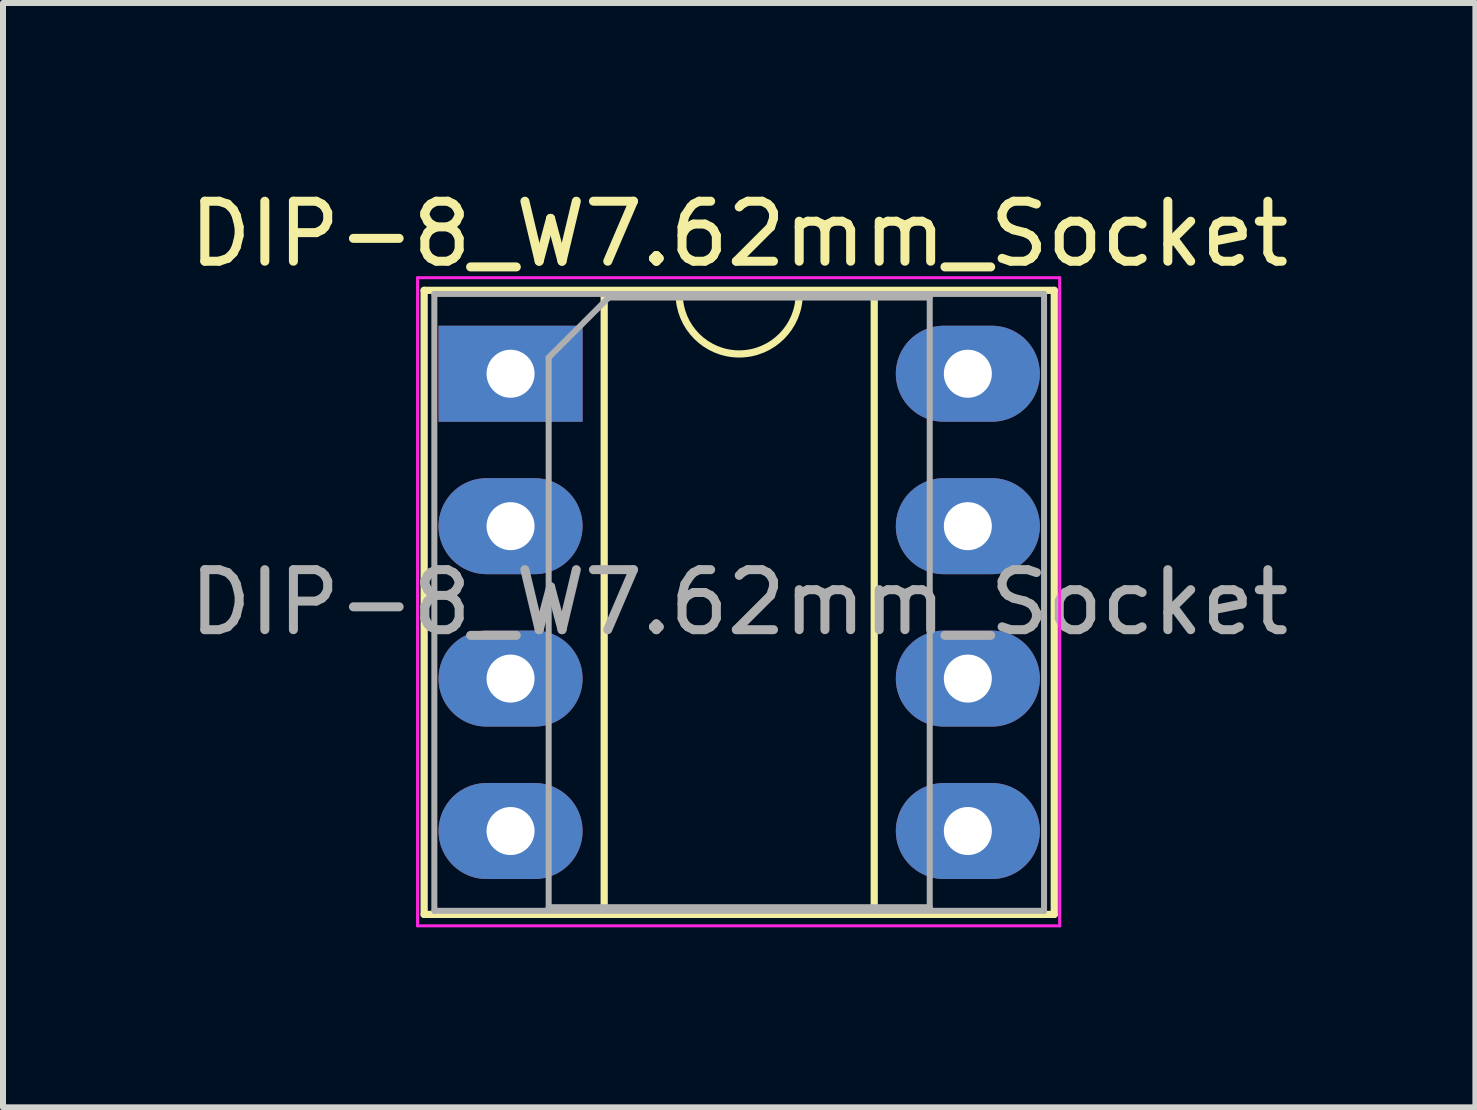
<source format=kicad_pcb>
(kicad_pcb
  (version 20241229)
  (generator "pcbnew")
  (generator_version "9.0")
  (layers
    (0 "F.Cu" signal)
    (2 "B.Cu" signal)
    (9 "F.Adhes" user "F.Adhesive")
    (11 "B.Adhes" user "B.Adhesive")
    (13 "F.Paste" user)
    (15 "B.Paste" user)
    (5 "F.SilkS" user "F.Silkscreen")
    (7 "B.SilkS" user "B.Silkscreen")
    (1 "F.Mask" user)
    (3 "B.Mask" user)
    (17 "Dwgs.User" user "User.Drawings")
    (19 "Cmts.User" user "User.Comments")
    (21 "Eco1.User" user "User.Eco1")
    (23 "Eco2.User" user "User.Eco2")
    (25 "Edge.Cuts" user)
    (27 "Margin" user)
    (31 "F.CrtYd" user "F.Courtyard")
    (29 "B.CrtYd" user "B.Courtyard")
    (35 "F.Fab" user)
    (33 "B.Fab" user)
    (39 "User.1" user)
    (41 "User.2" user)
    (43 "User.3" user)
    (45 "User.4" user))
  (footprint "DIP-8_W7.62mm_Socket"
    (layer "F.Cu")
    (at 5.458 3.178)
    (property "Reference" "DIP-8_W7.62mm_Socket" (at 3.81 -2.33 0) (layer "F.SilkS") (effects (font (size 1 1) (thickness 0.15))))
    (attr through_hole)
    (fp_line (start -1.44 -1.39) (end -1.44 9.01) (stroke (width 0.12) (type solid)) (layer "F.SilkS"))
    (fp_line (start -1.44 9.01) (end 9.06 9.01) (stroke (width 0.12) (type solid)) (layer "F.SilkS"))
    (fp_line (start 1.56 -1.33) (end 1.56 8.95) (stroke (width 0.12) (type solid)) (layer "F.SilkS"))
    (fp_line (start 1.56 8.95) (end 6.06 8.95) (stroke (width 0.12) (type solid)) (layer "F.SilkS"))
    (fp_line (start 2.81 -1.33) (end 1.56 -1.33) (stroke (width 0.12) (type solid)) (layer "F.SilkS"))
    (fp_line (start 6.06 -1.33) (end 4.81 -1.33) (stroke (width 0.12) (type solid)) (layer "F.SilkS"))
    (fp_line (start 6.06 8.95) (end 6.06 -1.33) (stroke (width 0.12) (type solid)) (layer "F.SilkS"))
    (fp_line (start 9.06 -1.39) (end -1.44 -1.39) (stroke (width 0.12) (type solid)) (layer "F.SilkS"))
    (fp_line (start 9.06 9.01) (end 9.06 -1.39) (stroke (width 0.12) (type solid)) (layer "F.SilkS"))
    (fp_arc (start 4.81 -1.33) (mid 3.81 -0.33) (end 2.81 -1.33) (stroke (width 0.12) (type solid)) (layer "F.SilkS"))
    (fp_line (start -1.55 -1.6) (end -1.55 9.2) (stroke (width 0.05) (type solid)) (layer "F.CrtYd"))
    (fp_line (start -1.55 9.2) (end 9.15 9.2) (stroke (width 0.05) (type solid)) (layer "F.CrtYd"))
    (fp_line (start 9.15 -1.6) (end -1.55 -1.6) (stroke (width 0.05) (type solid)) (layer "F.CrtYd"))
    (fp_line (start 9.15 9.2) (end 9.15 -1.6) (stroke (width 0.05) (type solid)) (layer "F.CrtYd"))
    (fp_line (start -1.27 -1.33) (end -1.27 8.95) (stroke (width 0.1) (type solid)) (layer "F.Fab"))
    (fp_line (start -1.27 8.95) (end 8.89 8.95) (stroke (width 0.1) (type solid)) (layer "F.Fab"))
    (fp_line (start 0.635 -0.27) (end 1.635 -1.27) (stroke (width 0.1) (type solid)) (layer "F.Fab"))
    (fp_line (start 0.635 8.89) (end 0.635 -0.27) (stroke (width 0.1) (type solid)) (layer "F.Fab"))
    (fp_line (start 1.635 -1.27) (end 6.985 -1.27) (stroke (width 0.1) (type solid)) (layer "F.Fab"))
    (fp_line (start 6.985 -1.27) (end 6.985 8.89) (stroke (width 0.1) (type solid)) (layer "F.Fab"))
    (fp_line (start 6.985 8.89) (end 0.635 8.89) (stroke (width 0.1) (type solid)) (layer "F.Fab"))
    (fp_line (start 8.89 -1.33) (end -1.27 -1.33) (stroke (width 0.1) (type solid)) (layer "F.Fab"))
    (fp_line (start 8.89 8.95) (end 8.89 -1.33) (stroke (width 0.1) (type solid)) (layer "F.Fab"))
    (fp_text user "${REFERENCE}" (at 3.81 3.81 0) (layer "F.Fab") (effects (font (size 1 1) (thickness 0.15))))
    (pad "1" thru_hole rect (at 0 0) (size 2.4 1.6) (drill 0.8) (layers "*.Cu" "*.Mask"))
    (pad "2" thru_hole oval (at 0 2.54) (size 2.4 1.6) (drill 0.8) (layers "*.Cu" "*.Mask"))
    (pad "3" thru_hole oval (at 0 5.08) (size 2.4 1.6) (drill 0.8) (layers "*.Cu" "*.Mask"))
    (pad "4" thru_hole oval (at 0 7.62) (size 2.4 1.6) (drill 0.8) (layers "*.Cu" "*.Mask"))
    (pad "5" thru_hole oval (at 7.62 7.62) (size 2.4 1.6) (drill 0.8) (layers "*.Cu" "*.Mask"))
    (pad "6" thru_hole oval (at 7.62 5.08) (size 2.4 1.6) (drill 0.8) (layers "*.Cu" "*.Mask"))
    (pad "7" thru_hole oval (at 7.62 2.54) (size 2.4 1.6) (drill 0.8) (layers "*.Cu" "*.Mask"))
    (pad "8" thru_hole oval (at 7.62 0) (size 2.4 1.6) (drill 0.8) (layers "*.Cu" "*.Mask")))
  (gr_rect
    (start -3 -3)
    (end 21.536 15.403)
    (stroke (width 0.1) (type default))
    (fill no)
    (layer "Edge.Cuts")))
</source>
